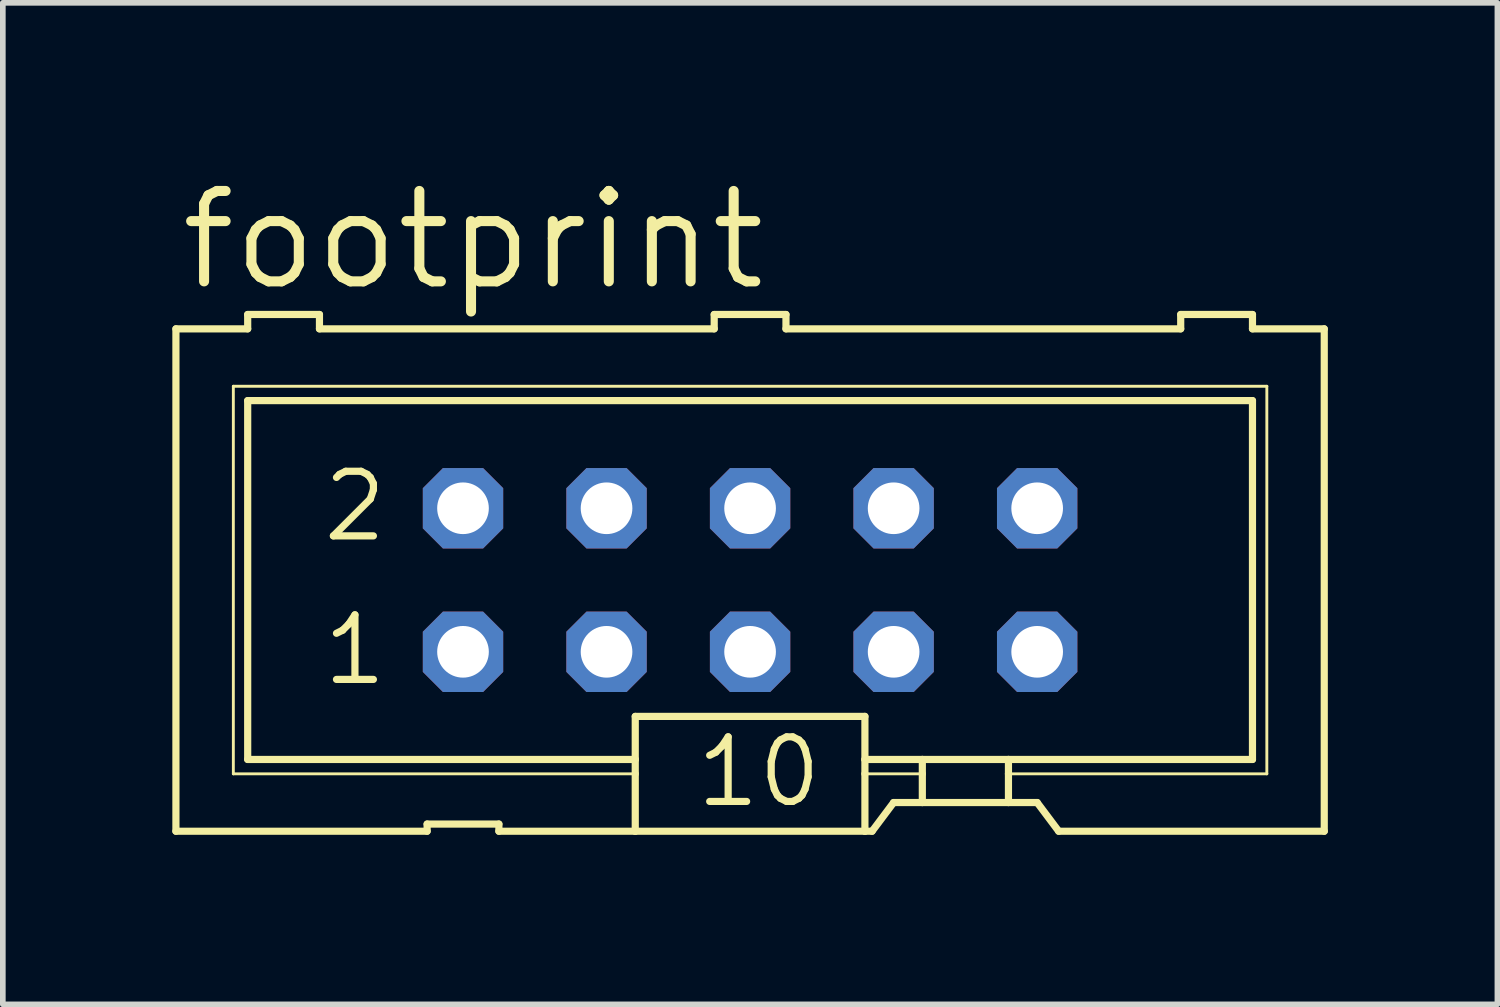
<source format=kicad_pcb>
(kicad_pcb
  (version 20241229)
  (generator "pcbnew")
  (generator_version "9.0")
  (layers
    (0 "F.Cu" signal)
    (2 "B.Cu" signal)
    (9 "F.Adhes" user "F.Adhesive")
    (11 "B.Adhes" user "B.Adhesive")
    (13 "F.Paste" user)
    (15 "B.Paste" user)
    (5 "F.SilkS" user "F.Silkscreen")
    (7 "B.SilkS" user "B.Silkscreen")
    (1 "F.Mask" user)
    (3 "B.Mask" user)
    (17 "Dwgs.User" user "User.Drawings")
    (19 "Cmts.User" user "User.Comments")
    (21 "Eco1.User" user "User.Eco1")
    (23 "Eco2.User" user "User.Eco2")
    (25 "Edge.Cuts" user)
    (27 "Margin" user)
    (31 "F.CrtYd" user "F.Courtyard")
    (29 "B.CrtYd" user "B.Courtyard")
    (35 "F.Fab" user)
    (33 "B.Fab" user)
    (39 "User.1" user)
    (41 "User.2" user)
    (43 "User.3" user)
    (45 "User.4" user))
  (footprint "footprint"
    (layer "F.Cu")
    (at 10.223 7.214)
    (property "Reference" "footprint" (at -10.16 -5.08 0) (layer "F.SilkS") (effects (font (size 1.6 1.6) (thickness 0.178)) (justify left bottom)))
    (fp_line (start -10.16 -4.445) (end -10.16 4.445) (stroke (width 0.127) (type solid)) (layer "F.SilkS"))
    (fp_line (start -10.16 -4.445) (end -8.89 -4.445) (stroke (width 0.127) (type solid)) (layer "F.SilkS"))
    (fp_line (start -9.144 -3.429) (end -9.144 3.429) (stroke (width 0.051) (type solid)) (layer "F.SilkS"))
    (fp_line (start -9.144 3.429) (end -2.032 3.429) (stroke (width 0.051) (type solid)) (layer "F.SilkS"))
    (fp_line (start -8.89 -4.699) (end -8.89 -4.445) (stroke (width 0.127) (type solid)) (layer "F.SilkS"))
    (fp_line (start -8.89 -3.175) (end -8.89 3.175) (stroke (width 0.127) (type solid)) (layer "F.SilkS"))
    (fp_line (start -8.89 -3.175) (end 8.89 -3.175) (stroke (width 0.127) (type solid)) (layer "F.SilkS"))
    (fp_line (start -7.62 -4.699) (end -8.89 -4.699) (stroke (width 0.127) (type solid)) (layer "F.SilkS"))
    (fp_line (start -7.62 -4.699) (end -7.62 -4.445) (stroke (width 0.127) (type solid)) (layer "F.SilkS"))
    (fp_line (start -7.62 -4.445) (end -0.635 -4.445) (stroke (width 0.127) (type solid)) (layer "F.SilkS"))
    (fp_line (start -5.715 4.445) (end -10.16 4.445) (stroke (width 0.127) (type solid)) (layer "F.SilkS"))
    (fp_line (start -5.715 4.445) (end -5.715 4.318) (stroke (width 0.127) (type solid)) (layer "F.SilkS"))
    (fp_line (start -4.445 4.318) (end -5.715 4.318) (stroke (width 0.127) (type solid)) (layer "F.SilkS"))
    (fp_line (start -4.445 4.318) (end -4.445 4.445) (stroke (width 0.127) (type solid)) (layer "F.SilkS"))
    (fp_line (start -2.032 3.175) (end -8.89 3.175) (stroke (width 0.127) (type solid)) (layer "F.SilkS"))
    (fp_line (start -2.032 3.175) (end -2.032 2.413) (stroke (width 0.127) (type solid)) (layer "F.SilkS"))
    (fp_line (start -2.032 3.175) (end -2.032 3.429) (stroke (width 0.127) (type solid)) (layer "F.SilkS"))
    (fp_line (start -2.032 3.429) (end -2.032 4.445) (stroke (width 0.127) (type solid)) (layer "F.SilkS"))
    (fp_line (start -2.032 4.445) (end -4.445 4.445) (stroke (width 0.127) (type solid)) (layer "F.SilkS"))
    (fp_line (start -0.635 -4.699) (end -0.635 -4.445) (stroke (width 0.127) (type solid)) (layer "F.SilkS"))
    (fp_line (start 0.635 -4.699) (end -0.635 -4.699) (stroke (width 0.127) (type solid)) (layer "F.SilkS"))
    (fp_line (start 0.635 -4.699) (end 0.635 -4.445) (stroke (width 0.127) (type solid)) (layer "F.SilkS"))
    (fp_line (start 0.635 -4.445) (end 7.62 -4.445) (stroke (width 0.127) (type solid)) (layer "F.SilkS"))
    (fp_line (start 2.032 2.413) (end -2.032 2.413) (stroke (width 0.127) (type solid)) (layer "F.SilkS"))
    (fp_line (start 2.032 2.413) (end 2.032 3.175) (stroke (width 0.127) (type solid)) (layer "F.SilkS"))
    (fp_line (start 2.032 3.175) (end 2.032 3.429) (stroke (width 0.127) (type solid)) (layer "F.SilkS"))
    (fp_line (start 2.032 3.429) (end 2.032 4.445) (stroke (width 0.127) (type solid)) (layer "F.SilkS"))
    (fp_line (start 2.032 4.445) (end -2.032 4.445) (stroke (width 0.127) (type solid)) (layer "F.SilkS"))
    (fp_line (start 2.159 4.445) (end 2.032 4.445) (stroke (width 0.127) (type solid)) (layer "F.SilkS"))
    (fp_line (start 2.159 4.445) (end 2.54 3.937) (stroke (width 0.127) (type solid)) (layer "F.SilkS"))
    (fp_line (start 3.048 3.175) (end 2.032 3.175) (stroke (width 0.127) (type solid)) (layer "F.SilkS"))
    (fp_line (start 3.048 3.175) (end 3.048 3.429) (stroke (width 0.127) (type solid)) (layer "F.SilkS"))
    (fp_line (start 3.048 3.429) (end 2.032 3.429) (stroke (width 0.051) (type solid)) (layer "F.SilkS"))
    (fp_line (start 3.048 3.429) (end 3.048 3.937) (stroke (width 0.127) (type solid)) (layer "F.SilkS"))
    (fp_line (start 3.048 3.937) (end 2.54 3.937) (stroke (width 0.127) (type solid)) (layer "F.SilkS"))
    (fp_line (start 4.572 3.175) (end 3.048 3.175) (stroke (width 0.127) (type solid)) (layer "F.SilkS"))
    (fp_line (start 4.572 3.175) (end 4.572 3.429) (stroke (width 0.127) (type solid)) (layer "F.SilkS"))
    (fp_line (start 4.572 3.429) (end 4.572 3.937) (stroke (width 0.127) (type solid)) (layer "F.SilkS"))
    (fp_line (start 4.572 3.429) (end 9.144 3.429) (stroke (width 0.051) (type solid)) (layer "F.SilkS"))
    (fp_line (start 4.572 3.937) (end 3.048 3.937) (stroke (width 0.127) (type solid)) (layer "F.SilkS"))
    (fp_line (start 5.08 3.937) (end 4.572 3.937) (stroke (width 0.127) (type solid)) (layer "F.SilkS"))
    (fp_line (start 5.08 3.937) (end 5.461 4.445) (stroke (width 0.127) (type solid)) (layer "F.SilkS"))
    (fp_line (start 7.62 -4.445) (end 7.62 -4.699) (stroke (width 0.127) (type solid)) (layer "F.SilkS"))
    (fp_line (start 8.89 -4.699) (end 7.62 -4.699) (stroke (width 0.127) (type solid)) (layer "F.SilkS"))
    (fp_line (start 8.89 -4.445) (end 8.89 -4.699) (stroke (width 0.127) (type solid)) (layer "F.SilkS"))
    (fp_line (start 8.89 -4.445) (end 10.16 -4.445) (stroke (width 0.127) (type solid)) (layer "F.SilkS"))
    (fp_line (start 8.89 3.175) (end 4.572 3.175) (stroke (width 0.127) (type solid)) (layer "F.SilkS"))
    (fp_line (start 8.89 3.175) (end 8.89 -3.175) (stroke (width 0.127) (type solid)) (layer "F.SilkS"))
    (fp_line (start 9.144 -3.429) (end -9.144 -3.429) (stroke (width 0.051) (type solid)) (layer "F.SilkS"))
    (fp_line (start 9.144 3.429) (end 9.144 -3.429) (stroke (width 0.051) (type solid)) (layer "F.SilkS"))
    (fp_line (start 10.16 4.445) (end 5.461 4.445) (stroke (width 0.127) (type solid)) (layer "F.SilkS"))
    (fp_line (start 10.16 4.445) (end 10.16 -4.445) (stroke (width 0.127) (type solid)) (layer "F.SilkS"))
    (fp_poly (pts (xy -5.334 -1.016) (xy -4.826 -1.016) (xy -4.826 -1.524) (xy -5.334 -1.524)) (stroke (width 0.1) (type solid)) (fill no) (layer "F.Fab"))
    (fp_poly (pts (xy -5.334 1.524) (xy -4.826 1.524) (xy -4.826 1.016) (xy -5.334 1.016)) (stroke (width 0.1) (type solid)) (fill no) (layer "F.Fab"))
    (fp_poly (pts (xy -2.794 -1.016) (xy -2.286 -1.016) (xy -2.286 -1.524) (xy -2.794 -1.524)) (stroke (width 0.1) (type solid)) (fill no) (layer "F.Fab"))
    (fp_poly (pts (xy -2.794 1.524) (xy -2.286 1.524) (xy -2.286 1.016) (xy -2.794 1.016)) (stroke (width 0.1) (type solid)) (fill no) (layer "F.Fab"))
    (fp_poly (pts (xy -0.254 -1.016) (xy 0.254 -1.016) (xy 0.254 -1.524) (xy -0.254 -1.524)) (stroke (width 0.1) (type solid)) (fill no) (layer "F.Fab"))
    (fp_poly (pts (xy -0.254 1.524) (xy 0.254 1.524) (xy 0.254 1.016) (xy -0.254 1.016)) (stroke (width 0.1) (type solid)) (fill no) (layer "F.Fab"))
    (fp_poly (pts (xy 2.286 -1.016) (xy 2.794 -1.016) (xy 2.794 -1.524) (xy 2.286 -1.524)) (stroke (width 0.1) (type solid)) (fill no) (layer "F.Fab"))
    (fp_poly (pts (xy 2.286 1.524) (xy 2.794 1.524) (xy 2.794 1.016) (xy 2.286 1.016)) (stroke (width 0.1) (type solid)) (fill no) (layer "F.Fab"))
    (fp_poly (pts (xy 4.826 -1.016) (xy 5.334 -1.016) (xy 5.334 -1.524) (xy 4.826 -1.524)) (stroke (width 0.1) (type solid)) (fill no) (layer "F.Fab"))
    (fp_poly (pts (xy 4.826 1.524) (xy 5.334 1.524) (xy 5.334 1.016) (xy 4.826 1.016)) (stroke (width 0.1) (type solid)) (fill no) (layer "F.Fab"))
    (fp_text user "1" (at -7.62 1.905 0) (layer "F.SilkS") (effects (font (size 1.143 1.143) (thickness 0.127)) (justify left bottom)))
    (fp_text user "2" (at -7.62 -0.635 0) (layer "F.SilkS") (effects (font (size 1.143 1.143) (thickness 0.127)) (justify left bottom)))
    (fp_text user "10" (at -1.016 4.064 0) (layer "F.SilkS") (effects (font (size 1.143 1.143) (thickness 0.127)) (justify left bottom)))
    (pad "1" thru_hole roundrect (at -5.08 1.27) (size 1.422 1.422) (drill 0.914) (layers "*.Cu" "*.Mask") (roundrect_rratio 0.25) (chamfer_ratio 0.25) (chamfer top_left top_right bottom_left bottom_right))
    (pad "2" thru_hole roundrect (at -5.08 -1.27) (size 1.422 1.422) (drill 0.914) (layers "*.Cu" "*.Mask") (roundrect_rratio 0.25) (chamfer_ratio 0.25) (chamfer top_left top_right bottom_left bottom_right))
    (pad "3" thru_hole roundrect (at -2.54 1.27) (size 1.422 1.422) (drill 0.914) (layers "*.Cu" "*.Mask") (roundrect_rratio 0.25) (chamfer_ratio 0.25) (chamfer top_left top_right bottom_left bottom_right))
    (pad "4" thru_hole roundrect (at -2.54 -1.27) (size 1.422 1.422) (drill 0.914) (layers "*.Cu" "*.Mask") (roundrect_rratio 0.25) (chamfer_ratio 0.25) (chamfer top_left top_right bottom_left bottom_right))
    (pad "5" thru_hole roundrect (at 0 1.27) (size 1.422 1.422) (drill 0.914) (layers "*.Cu" "*.Mask") (roundrect_rratio 0.25) (chamfer_ratio 0.25) (chamfer top_left top_right bottom_left bottom_right))
    (pad "6" thru_hole roundrect (at 0 -1.27) (size 1.422 1.422) (drill 0.914) (layers "*.Cu" "*.Mask") (roundrect_rratio 0.25) (chamfer_ratio 0.25) (chamfer top_left top_right bottom_left bottom_right))
    (pad "7" thru_hole roundrect (at 2.54 1.27) (size 1.422 1.422) (drill 0.914) (layers "*.Cu" "*.Mask") (roundrect_rratio 0.25) (chamfer_ratio 0.25) (chamfer top_left top_right bottom_left bottom_right))
    (pad "8" thru_hole roundrect (at 2.54 -1.27) (size 1.422 1.422) (drill 0.914) (layers "*.Cu" "*.Mask") (roundrect_rratio 0.25) (chamfer_ratio 0.25) (chamfer top_left top_right bottom_left bottom_right))
    (pad "9" thru_hole roundrect (at 5.08 1.27) (size 1.422 1.422) (drill 0.914) (layers "*.Cu" "*.Mask") (roundrect_rratio 0.25) (chamfer_ratio 0.25) (chamfer top_left top_right bottom_left bottom_right))
    (pad "10" thru_hole roundrect (at 5.08 -1.27) (size 1.422 1.422) (drill 0.914) (layers "*.Cu" "*.Mask") (roundrect_rratio 0.25) (chamfer_ratio 0.25) (chamfer top_left top_right bottom_left bottom_right)))
  (gr_rect
    (start -3 -3)
    (end 23.447 14.722)
    (stroke (width 0.1) (type default))
    (fill no)
    (layer "Edge.Cuts")))
</source>
